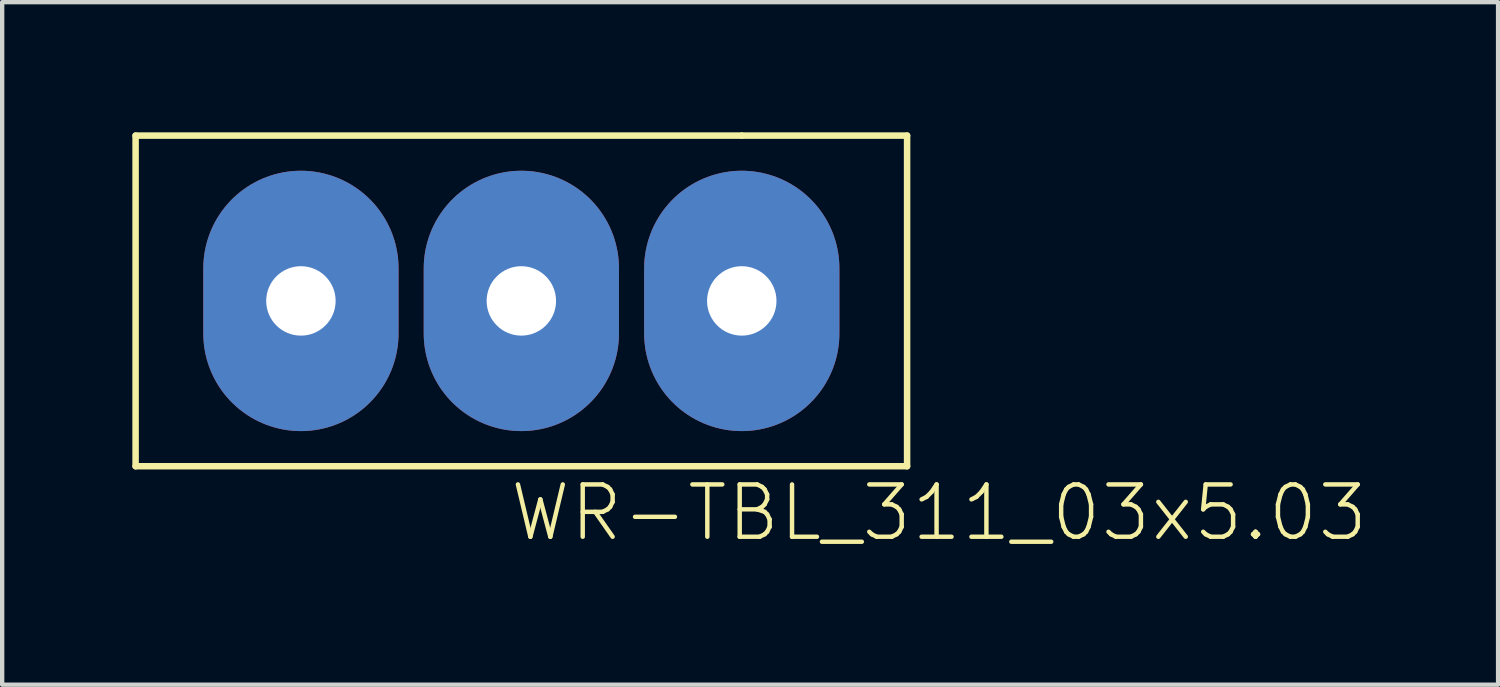
<source format=kicad_pcb>
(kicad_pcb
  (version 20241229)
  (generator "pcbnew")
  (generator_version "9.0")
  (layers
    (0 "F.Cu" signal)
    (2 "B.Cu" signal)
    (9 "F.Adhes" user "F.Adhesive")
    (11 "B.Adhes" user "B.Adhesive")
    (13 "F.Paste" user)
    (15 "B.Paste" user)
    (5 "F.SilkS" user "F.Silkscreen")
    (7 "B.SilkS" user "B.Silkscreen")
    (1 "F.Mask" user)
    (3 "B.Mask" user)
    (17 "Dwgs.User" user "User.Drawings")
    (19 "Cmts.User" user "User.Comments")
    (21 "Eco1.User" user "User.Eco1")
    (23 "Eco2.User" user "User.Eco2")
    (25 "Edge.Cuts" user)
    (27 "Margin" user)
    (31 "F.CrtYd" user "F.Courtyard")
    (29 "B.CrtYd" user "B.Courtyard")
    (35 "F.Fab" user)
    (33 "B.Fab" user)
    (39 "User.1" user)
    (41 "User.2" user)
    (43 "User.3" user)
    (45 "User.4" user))
  (footprint "WR-TBL_311_03x5.03"
    (layer "F.Cu")
    (at 8.965 4.52)
    (property "Reference" "WR-TBL_311_03x5.03" (at -0.318 4.953 0) (layer "F.SilkS") (effects (font (size 1.206 1.206) (thickness 0.102)) (justify left bottom)))
    (attr through_hole)
    (fp_line (start -8.89 -4.445) (end -8.89 3.175) (stroke (width 0.15) (type solid)) (layer "F.SilkS"))
    (fp_line (start -8.89 3.175) (end 8.89 3.175) (stroke (width 0.15) (type solid)) (layer "F.SilkS"))
    (fp_line (start 5.08 -4.445) (end -8.89 -4.445) (stroke (width 0.15) (type solid)) (layer "F.SilkS"))
    (fp_line (start 8.89 -4.445) (end 5.08 -4.445) (stroke (width 0.15) (type solid)) (layer "F.SilkS"))
    (fp_line (start 8.89 3.175) (end 8.89 -4.445) (stroke (width 0.15) (type solid)) (layer "F.SilkS"))
    (pad "1" thru_hole oval (at -5.08 -0.635) (size 4.5 6) (drill 1.6) (layers "*.Cu" "*.Mask"))
    (pad "2" thru_hole oval (at 0 -0.635) (size 4.5 6) (drill 1.6) (layers "*.Cu" "*.Mask"))
    (pad "3" thru_hole oval (at 5.08 -0.635) (size 4.5 6) (drill 1.6) (layers "*.Cu" "*.Mask")))
  (gr_rect
    (start -3 -3)
    (end 31.475 12.73)
    (stroke (width 0.1) (type default))
    (fill no)
    (layer "Edge.Cuts")))
</source>
